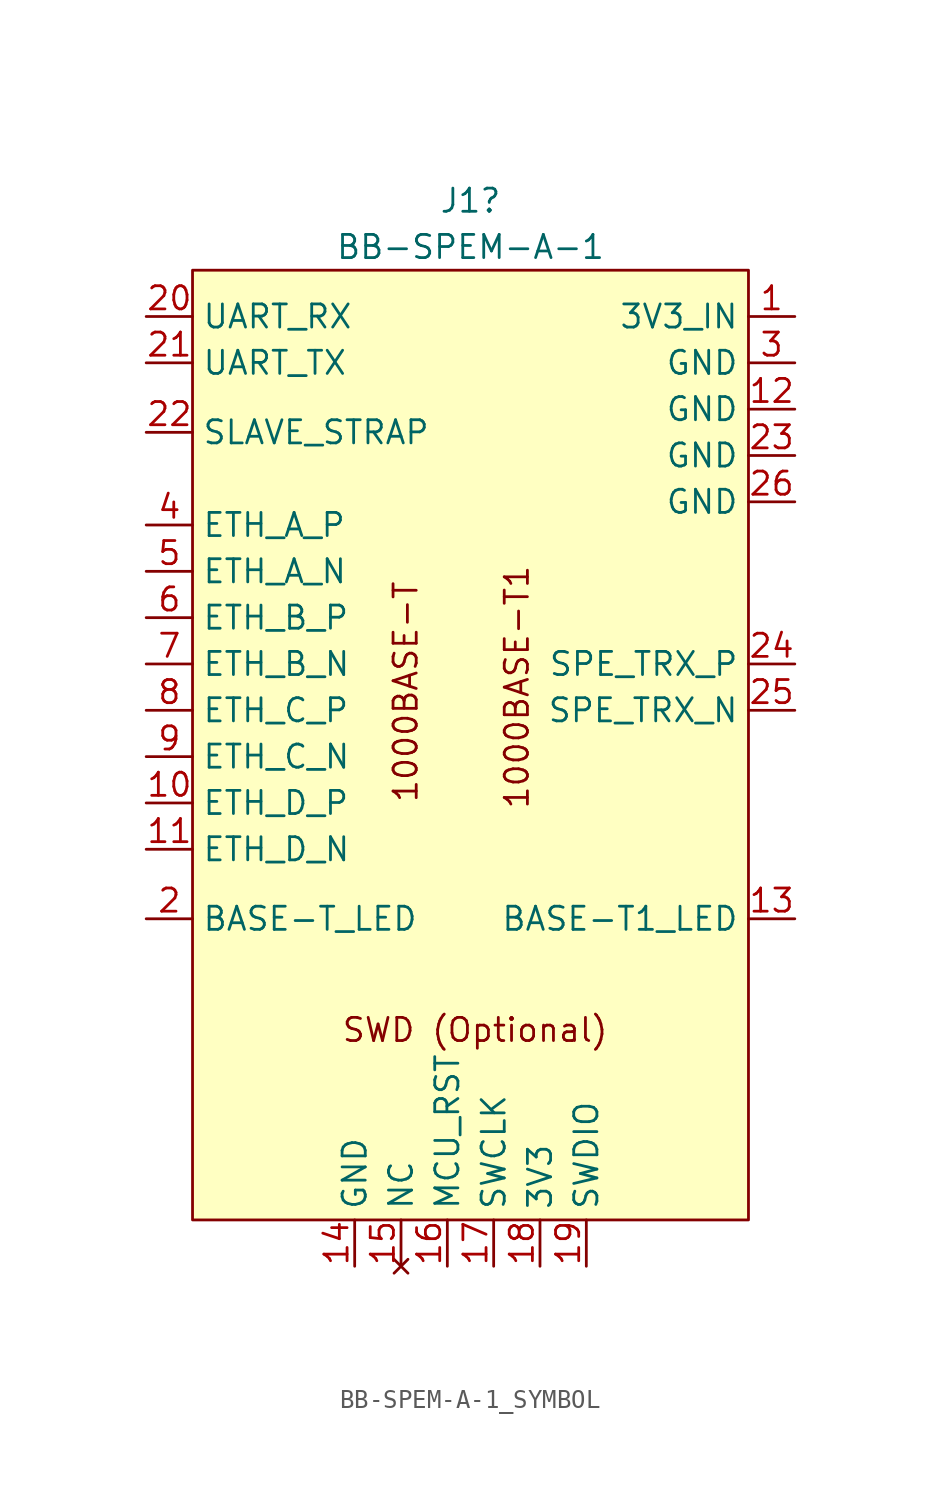
<source format=kicad_sym>
(kicad_symbol_lib
  (version 20231120)
  (generator "kicad_symbol_editor")
  (generator_version "8.0")
  (symbol "BB-SPEM-A-1_SYMBOL"
    (property "Reference" "J1"
      (at 45.72 3.81 0)
      (effects (font (size 1.27 1.27))))
    (property "Value" "BB-SPEM-A-1"
      (at 45.72 1.27 0)
      (effects (font (size 1.27 1.27))))
    (symbol "BB-SPEM-A-1_SYMBOL_1_1"
      (rectangle (start 30.48 0) (end 60.96 -52.07) (stroke (width 0) (type default)) (fill (type background)))
      (text "1000BASE-T" (at 42.164 -23.114 900) (effects (font (size 1.27 1.27))))
      (text "1000BASE-T1\n" (at 48.26 -22.86 900) (effects (font (size 1.27 1.27))))
      (text "SWD (Optional)" (at 45.974 -41.656 0) (effects (font (size 1.27 1.27))))
      (pin input line (at 63.5 -2.54 180) (length 2.54) (name "3V3_IN" (effects (font (size 1.27 1.27)))) (number "1" (effects (font (size 1.27 1.27)))))
      (pin input line (at 27.94 -29.21 0) (length 2.54) (name "ETH_D_P" (effects (font (size 1.27 1.27)))) (number "10" (effects (font (size 1.27 1.27)))))
      (pin input line (at 27.94 -31.75 0) (length 2.54) (name "ETH_D_N" (effects (font (size 1.27 1.27)))) (number "11" (effects (font (size 1.27 1.27)))))
      (pin input line (at 63.5 -7.62 180) (length 2.54) (name "GND" (effects (font (size 1.27 1.27)))) (number "12" (effects (font (size 1.27 1.27)))))
      (pin input line (at 63.5 -35.56 180) (length 2.54) (name "BASE-T1_LED" (effects (font (size 1.27 1.27)))) (number "13" (effects (font (size 1.27 1.27)))))
      (pin input line (at 39.37 -54.61 90) (length 2.54) (name "GND" (effects (font (size 1.27 1.27)))) (number "14" (effects (font (size 1.27 1.27)))))
      (pin no_connect line (at 41.91 -54.61 90) (length 2.54) (name "NC" (effects (font (size 1.27 1.27)))) (number "15" (effects (font (size 1.27 1.27)))))
      (pin input line (at 44.45 -54.61 90) (length 2.54) (name "MCU_RST" (effects (font (size 1.27 1.27)))) (number "16" (effects (font (size 1.27 1.27)))))
      (pin input line (at 46.99 -54.61 90) (length 2.54) (name "SWCLK" (effects (font (size 1.27 1.27)))) (number "17" (effects (font (size 1.27 1.27)))))
      (pin input line (at 49.53 -54.61 90) (length 2.54) (name "3V3" (effects (font (size 1.27 1.27)))) (number "18" (effects (font (size 1.27 1.27)))))
      (pin input line (at 52.07 -54.61 90) (length 2.54) (name "SWDIO" (effects (font (size 1.27 1.27)))) (number "19" (effects (font (size 1.27 1.27)))))
      (pin input line (at 27.94 -35.56 0) (length 2.54) (name "BASE-T_LED" (effects (font (size 1.27 1.27)))) (number "2" (effects (font (size 1.27 1.27)))))
      (pin input line (at 27.94 -2.54 0) (length 2.54) (name "UART_RX" (effects (font (size 1.27 1.27)))) (number "20" (effects (font (size 1.27 1.27)))))
      (pin input line (at 27.94 -5.08 0) (length 2.54) (name "UART_TX" (effects (font (size 1.27 1.27)))) (number "21" (effects (font (size 1.27 1.27)))))
      (pin input line (at 27.94 -8.89 0) (length 2.54) (name "SLAVE_STRAP" (effects (font (size 1.27 1.27)))) (number "22" (effects (font (size 1.27 1.27)))))
      (pin input line (at 63.5 -10.16 180) (length 2.54) (name "GND" (effects (font (size 1.27 1.27)))) (number "23" (effects (font (size 1.27 1.27)))))
      (pin input line (at 63.5 -21.59 180) (length 2.54) (name "SPE_TRX_P" (effects (font (size 1.27 1.27)))) (number "24" (effects (font (size 1.27 1.27)))))
      (pin input line (at 63.5 -24.13 180) (length 2.54) (name "SPE_TRX_N" (effects (font (size 1.27 1.27)))) (number "25" (effects (font (size 1.27 1.27)))))
      (pin input line (at 63.5 -12.7 180) (length 2.54) (name "GND" (effects (font (size 1.27 1.27)))) (number "26" (effects (font (size 1.27 1.27)))))
      (pin input line (at 63.5 -5.08 180) (length 2.54) (name "GND" (effects (font (size 1.27 1.27)))) (number "3" (effects (font (size 1.27 1.27)))))
      (pin input line (at 27.94 -13.97 0) (length 2.54) (name "ETH_A_P" (effects (font (size 1.27 1.27)))) (number "4" (effects (font (size 1.27 1.27)))))
      (pin input line (at 27.94 -16.51 0) (length 2.54) (name "ETH_A_N" (effects (font (size 1.27 1.27)))) (number "5" (effects (font (size 1.27 1.27)))))
      (pin input line (at 27.94 -19.05 0) (length 2.54) (name "ETH_B_P" (effects (font (size 1.27 1.27)))) (number "6" (effects (font (size 1.27 1.27)))))
      (pin input line (at 27.94 -21.59 0) (length 2.54) (name "ETH_B_N" (effects (font (size 1.27 1.27)))) (number "7" (effects (font (size 1.27 1.27)))))
      (pin input line (at 27.94 -24.13 0) (length 2.54) (name "ETH_C_P" (effects (font (size 1.27 1.27)))) (number "8" (effects (font (size 1.27 1.27)))))
      (pin input line (at 27.94 -26.67 0) (length 2.54) (name "ETH_C_N" (effects (font (size 1.27 1.27)))) (number "9" (effects (font (size 1.27 1.27))))))))
</source>
